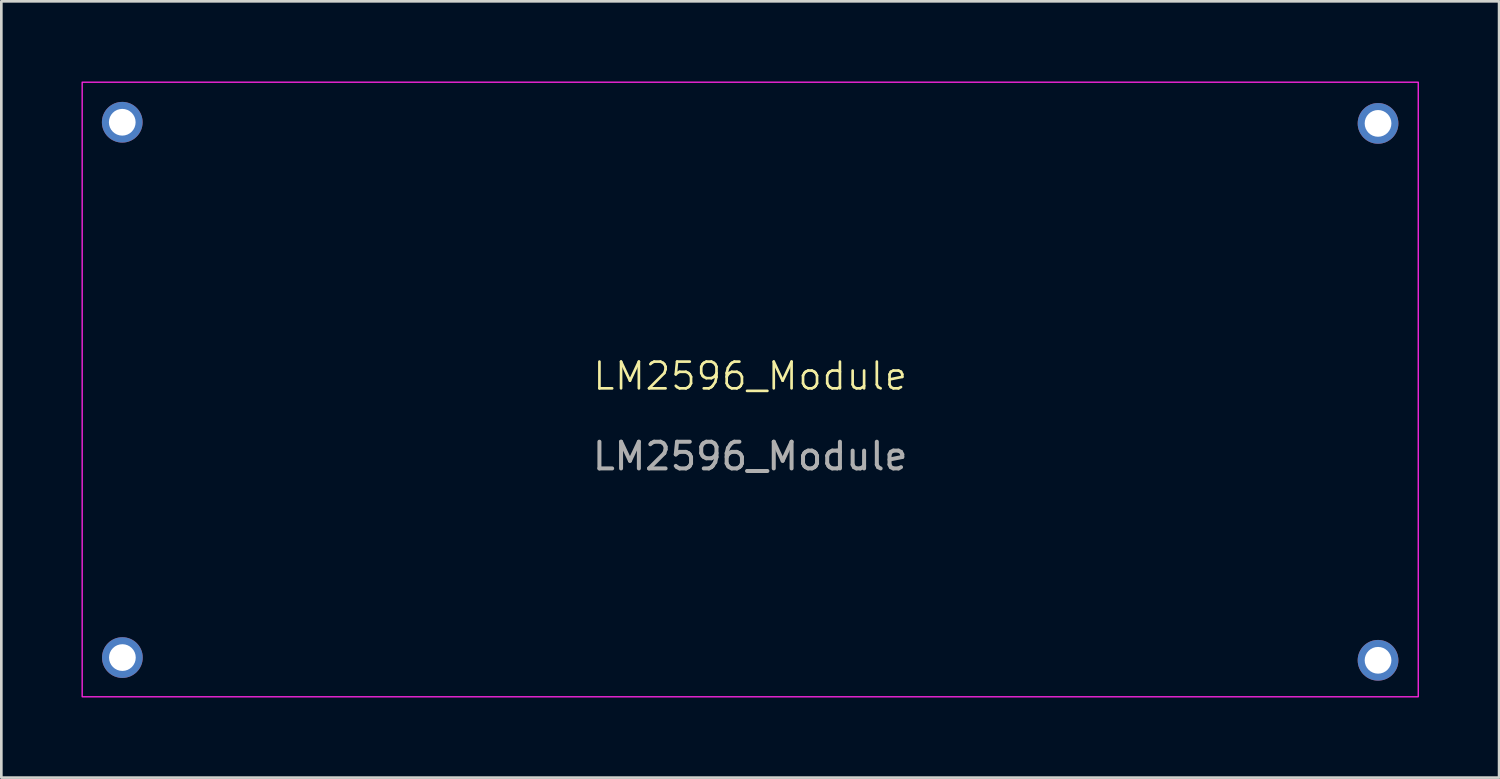
<source format=kicad_pcb>
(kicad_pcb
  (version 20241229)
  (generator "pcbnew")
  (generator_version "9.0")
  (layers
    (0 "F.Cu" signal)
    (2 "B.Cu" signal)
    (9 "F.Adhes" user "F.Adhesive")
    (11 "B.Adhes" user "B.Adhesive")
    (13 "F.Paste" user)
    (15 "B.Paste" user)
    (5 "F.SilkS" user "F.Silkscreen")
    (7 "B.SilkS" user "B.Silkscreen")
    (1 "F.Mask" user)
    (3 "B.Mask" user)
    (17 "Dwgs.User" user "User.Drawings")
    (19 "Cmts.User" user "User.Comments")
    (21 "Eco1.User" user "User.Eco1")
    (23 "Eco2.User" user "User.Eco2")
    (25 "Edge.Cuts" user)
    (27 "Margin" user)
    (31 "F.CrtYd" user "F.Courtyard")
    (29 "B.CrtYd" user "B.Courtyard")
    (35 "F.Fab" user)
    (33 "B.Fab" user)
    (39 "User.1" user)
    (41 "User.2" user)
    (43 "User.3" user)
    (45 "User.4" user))
  (footprint "LM2596_Module"
    (layer "F.Cu")
    (at 25.025 11.525)
    (property "Reference" "LM2596_Module" (at 0 -0.5 0) (unlocked yes) (layer "F.SilkS") (effects (font (size 1 1) (thickness 0.1))))
    (attr through_hole)
    (fp_rect (start -25 -11.5) (end 25 11.5) (stroke (width 0.05) (type default)) (fill no) (layer "F.CrtYd"))
    (fp_text user "${REFERENCE}" (at 0 2.5 0) (unlocked yes) (layer "F.Fab") (effects (font (size 1 1) (thickness 0.15))))
    (pad "1" thru_hole circle (at -23.5 -10) (size 1.524 1.524) (drill 1) (layers "*.Cu" "*.Mask"))
    (pad "2" thru_hole circle (at -23.495 10.033) (size 1.524 1.524) (drill 1) (layers "*.Cu" "*.Mask"))
    (pad "3" thru_hole circle (at 23.495 -9.957) (size 1.524 1.524) (drill 1) (layers "*.Cu" "*.Mask"))
    (pad "4" thru_hole circle (at 23.495 10.135) (size 1.524 1.524) (drill 1) (layers "*.Cu" "*.Mask")))
  (gr_rect
    (start -3 -3)
    (end 53.05 26.05)
    (stroke (width 0.1) (type default))
    (fill no)
    (layer "Edge.Cuts")))
</source>
